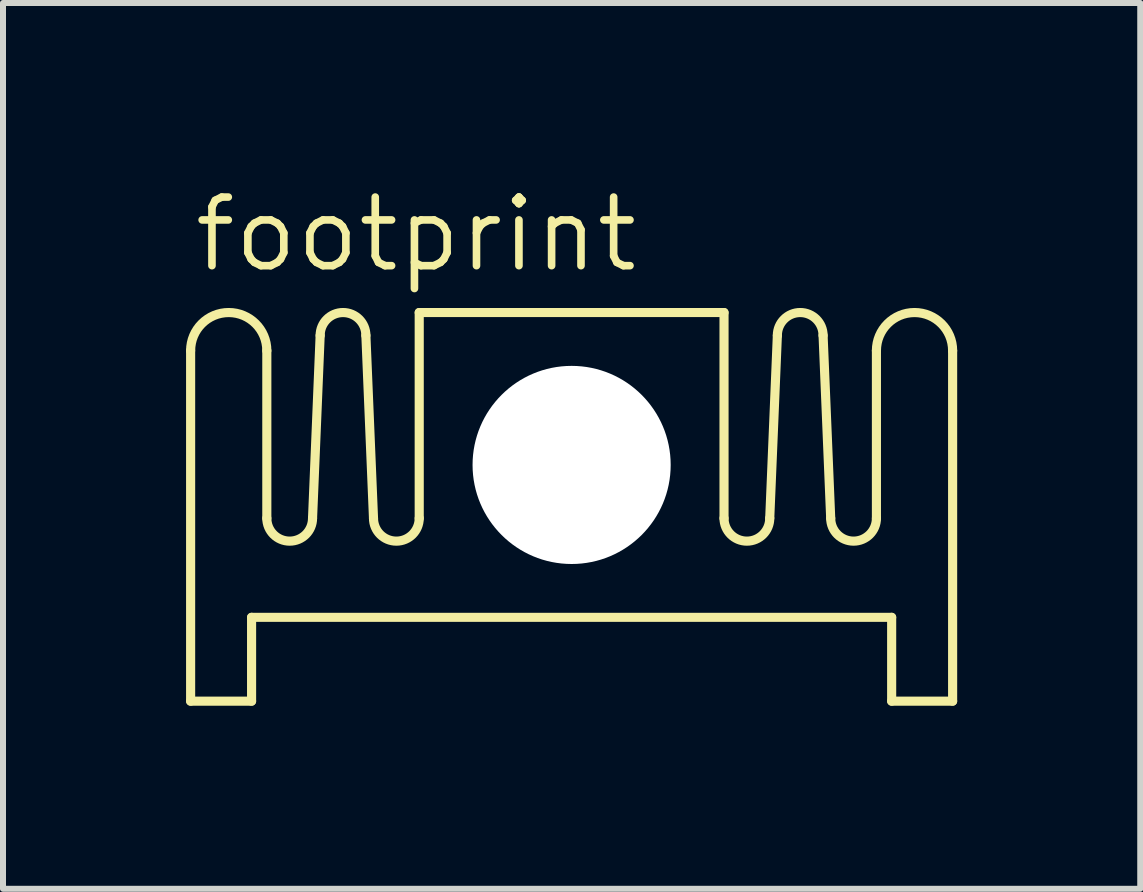
<source format=kicad_pcb>
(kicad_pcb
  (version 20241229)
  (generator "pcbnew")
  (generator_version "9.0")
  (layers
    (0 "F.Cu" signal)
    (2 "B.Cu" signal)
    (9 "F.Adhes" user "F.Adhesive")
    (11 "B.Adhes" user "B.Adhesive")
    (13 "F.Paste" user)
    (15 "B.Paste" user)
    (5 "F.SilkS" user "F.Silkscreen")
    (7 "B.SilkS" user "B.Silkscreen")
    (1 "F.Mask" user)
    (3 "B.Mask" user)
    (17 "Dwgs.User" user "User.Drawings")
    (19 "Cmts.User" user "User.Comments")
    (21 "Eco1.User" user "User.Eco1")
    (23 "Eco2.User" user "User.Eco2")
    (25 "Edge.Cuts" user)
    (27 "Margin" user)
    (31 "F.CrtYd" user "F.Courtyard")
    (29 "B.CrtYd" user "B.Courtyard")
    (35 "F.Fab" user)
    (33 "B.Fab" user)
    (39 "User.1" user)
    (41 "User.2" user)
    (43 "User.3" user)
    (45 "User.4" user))
  (footprint "footprint"
    (layer "F.Cu")
    (at 6.477 7.239)
    (property "Reference" "footprint" (at -6.35 -5.715 0) (layer "F.SilkS") (effects (font (size 1.143 1.143) (thickness 0.127)) (justify left bottom)))
    (fp_line (start -6.35 1.397) (end -6.35 -4.445) (stroke (width 0.152) (type solid)) (layer "F.SilkS"))
    (fp_line (start -5.334 0) (end -5.334 1.397) (stroke (width 0.152) (type solid)) (layer "F.SilkS"))
    (fp_line (start -5.334 1.397) (end -6.35 1.397) (stroke (width 0.152) (type solid)) (layer "F.SilkS"))
    (fp_line (start -5.08 -1.651) (end -5.08 -4.445) (stroke (width 0.152) (type solid)) (layer "F.SilkS"))
    (fp_line (start -4.191 -4.699) (end -4.318 -1.651) (stroke (width 0.152) (type solid)) (layer "F.SilkS"))
    (fp_line (start -3.302 -1.651) (end -3.429 -4.699) (stroke (width 0.152) (type solid)) (layer "F.SilkS"))
    (fp_line (start -2.54 -1.651) (end -2.54 -5.08) (stroke (width 0.152) (type solid)) (layer "F.SilkS"))
    (fp_line (start 2.54 -5.08) (end -2.54 -5.08) (stroke (width 0.152) (type solid)) (layer "F.SilkS"))
    (fp_line (start 2.54 -5.08) (end 2.54 -1.651) (stroke (width 0.152) (type solid)) (layer "F.SilkS"))
    (fp_line (start 3.429 -4.699) (end 3.302 -1.651) (stroke (width 0.152) (type solid)) (layer "F.SilkS"))
    (fp_line (start 4.191 -4.699) (end 4.318 -1.651) (stroke (width 0.152) (type solid)) (layer "F.SilkS"))
    (fp_line (start 5.08 -1.651) (end 5.08 -4.445) (stroke (width 0.152) (type solid)) (layer "F.SilkS"))
    (fp_line (start 5.334 0) (end -5.334 0) (stroke (width 0.152) (type solid)) (layer "F.SilkS"))
    (fp_line (start 5.334 0) (end 5.334 1.397) (stroke (width 0.152) (type solid)) (layer "F.SilkS"))
    (fp_line (start 6.35 -4.445) (end 6.35 1.397) (stroke (width 0.152) (type solid)) (layer "F.SilkS"))
    (fp_line (start 6.35 1.397) (end 5.334 1.397) (stroke (width 0.152) (type solid)) (layer "F.SilkS"))
    (fp_arc (start -6.35 -4.445) (mid -5.715 -5.08) (end -5.08 -4.445) (stroke (width 0.1524) (type solid)) (layer "F.SilkS"))
    (fp_arc (start -4.318 -1.651) (mid -4.699 -1.27) (end -5.08 -1.651) (stroke (width 0.1524) (type solid)) (layer "F.SilkS"))
    (fp_arc (start -4.191 -4.699) (mid -3.81 -5.08) (end -3.429 -4.699) (stroke (width 0.1524) (type solid)) (layer "F.SilkS"))
    (fp_arc (start -2.54 -1.651) (mid -2.921 -1.27) (end -3.302 -1.651) (stroke (width 0.1524) (type solid)) (layer "F.SilkS"))
    (fp_arc (start 3.302 -1.651) (mid 2.921 -1.27) (end 2.54 -1.651) (stroke (width 0.1524) (type solid)) (layer "F.SilkS"))
    (fp_arc (start 3.429 -4.699) (mid 3.81 -5.08) (end 4.191 -4.699) (stroke (width 0.1524) (type solid)) (layer "F.SilkS"))
    (fp_arc (start 5.08 -4.445) (mid 5.715 -5.08) (end 6.35 -4.445) (stroke (width 0.1524) (type solid)) (layer "F.SilkS"))
    (fp_arc (start 5.08 -1.651) (mid 4.699 -1.27) (end 4.318 -1.651) (stroke (width 0.1524) (type solid)) (layer "F.SilkS"))
    (pad "" np_thru_hole circle (at 0 -2.54) (size 3.302 3.302) (drill 3.302) (layers "*.Cu" "*.Mask"))
    (zone (net_name "") (layer "F.Cu") (hatch edge 0.508) (connect_pads) (min_thickness 0.254) (filled_areas_thickness no) (keepout (tracks not_allowed) (vias not_allowed) (pads not_allowed) (copperpour not_allowed) (footprints allowed)) (placement (enabled no)) (fill) (polygon (pts (xy 0 8.763) (xy 1.27 8.763) (xy 1.27 2.032) (xy 0 2.032))))
    (zone (net_name "") (layer "F.Cu") (hatch edge 0.508) (connect_pads) (min_thickness 0.254) (filled_areas_thickness no) (keepout (tracks not_allowed) (vias not_allowed) (pads not_allowed) (copperpour not_allowed) (footprints allowed)) (placement (enabled no)) (fill) (polygon (pts (xy 1.016 7.366) (xy 11.938 7.366) (xy 11.938 2.032) (xy 1.016 2.032))))
    (zone (net_name "") (layer "F.Cu") (hatch edge 0.508) (connect_pads) (min_thickness 0.254) (filled_areas_thickness no) (keepout (tracks not_allowed) (vias not_allowed) (pads not_allowed) (copperpour not_allowed) (footprints allowed)) (placement (enabled no)) (fill) (polygon (pts (xy 11.684 8.763) (xy 12.954 8.763) (xy 12.954 2.032) (xy 11.684 2.032))))
    (zone (net_name "") (layers "F.Cu" "B.Cu") (hatch edge 0.508) (connect_pads) (min_thickness 0.254) (filled_areas_thickness no) (keepout (tracks allowed) (vias not_allowed) (pads allowed) (copperpour allowed) (footprints allowed)) (placement (enabled no)) (fill) (polygon (pts (xy 0 8.763) (xy 1.27 8.763) (xy 1.27 2.032) (xy 0 2.032))))
    (zone (net_name "") (layers "F.Cu" "B.Cu") (hatch edge 0.508) (connect_pads) (min_thickness 0.254) (filled_areas_thickness no) (keepout (tracks allowed) (vias not_allowed) (pads allowed) (copperpour allowed) (footprints allowed)) (placement (enabled no)) (fill) (polygon (pts (xy 1.016 7.366) (xy 11.938 7.366) (xy 11.938 2.032) (xy 1.016 2.032))))
    (zone (net_name "") (layers "F.Cu" "B.Cu") (hatch edge 0.508) (connect_pads) (min_thickness 0.254) (filled_areas_thickness no) (keepout (tracks allowed) (vias not_allowed) (pads allowed) (copperpour allowed) (footprints allowed)) (placement (enabled no)) (fill) (polygon (pts (xy 11.684 8.763) (xy 12.954 8.763) (xy 12.954 2.032) (xy 11.684 2.032))))
    (zone (net_name "") (layer "B.Cu") (hatch edge 0.508) (connect_pads) (min_thickness 0.254) (filled_areas_thickness no) (keepout (tracks not_allowed) (vias not_allowed) (pads not_allowed) (copperpour not_allowed) (footprints allowed)) (placement (enabled no)) (fill) (polygon (pts (xy 10.033 4.699) (xy 9.979 4.082) (xy 9.819 3.483) (xy 9.557 2.921) (xy 9.201 2.413) (xy 8.763 1.975) (xy 8.255 1.619) (xy 7.693 1.357) (xy 7.094 1.197) (xy 6.477 1.143) (xy 5.86 1.197) (xy 5.261 1.357) (xy 4.699 1.619) (xy 4.191 1.975) (xy 3.753 2.413) (xy 3.397 2.921) (xy 3.135 3.483) (xy 2.975 4.082) (xy 2.921 4.699) (xy 2.975 5.316) (xy 3.135 5.915) (xy 3.397 6.477) (xy 3.753 6.985) (xy 4.191 7.423) (xy 4.699 7.779) (xy 5.261 8.041) (xy 5.86 8.201) (xy 6.477 8.255) (xy 7.094 8.201) (xy 7.693 8.041) (xy 8.255 7.779) (xy 8.763 7.423) (xy 9.201 6.985) (xy 9.557 6.477) (xy 9.819 5.915) (xy 9.979 5.316))) (polygon (pts (xy 8.255 4.699) (xy 8.228 4.39) (xy 8.148 4.091) (xy 8.017 3.81) (xy 7.839 3.556) (xy 7.62 3.337) (xy 7.366 3.159) (xy 7.085 3.028) (xy 6.786 2.948) (xy 6.477 2.921) (xy 6.168 2.948) (xy 5.869 3.028) (xy 5.588 3.159) (xy 5.334 3.337) (xy 5.115 3.556) (xy 4.937 3.81) (xy 4.806 4.091) (xy 4.726 4.39) (xy 4.699 4.699) (xy 4.726 5.008) (xy 4.806 5.307) (xy 4.937 5.588) (xy 5.115 5.842) (xy 5.334 6.061) (xy 5.588 6.239) (xy 5.869 6.37) (xy 6.168 6.45) (xy 6.477 6.477) (xy 6.786 6.45) (xy 7.085 6.37) (xy 7.366 6.239) (xy 7.62 6.061) (xy 7.839 5.842) (xy 8.017 5.588) (xy 8.148 5.307) (xy 8.228 5.008)))))
  (gr_rect
    (start -3 -3)
    (end 15.954 11.763)
    (stroke (width 0.1) (type default))
    (fill no)
    (layer "Edge.Cuts")))
</source>
